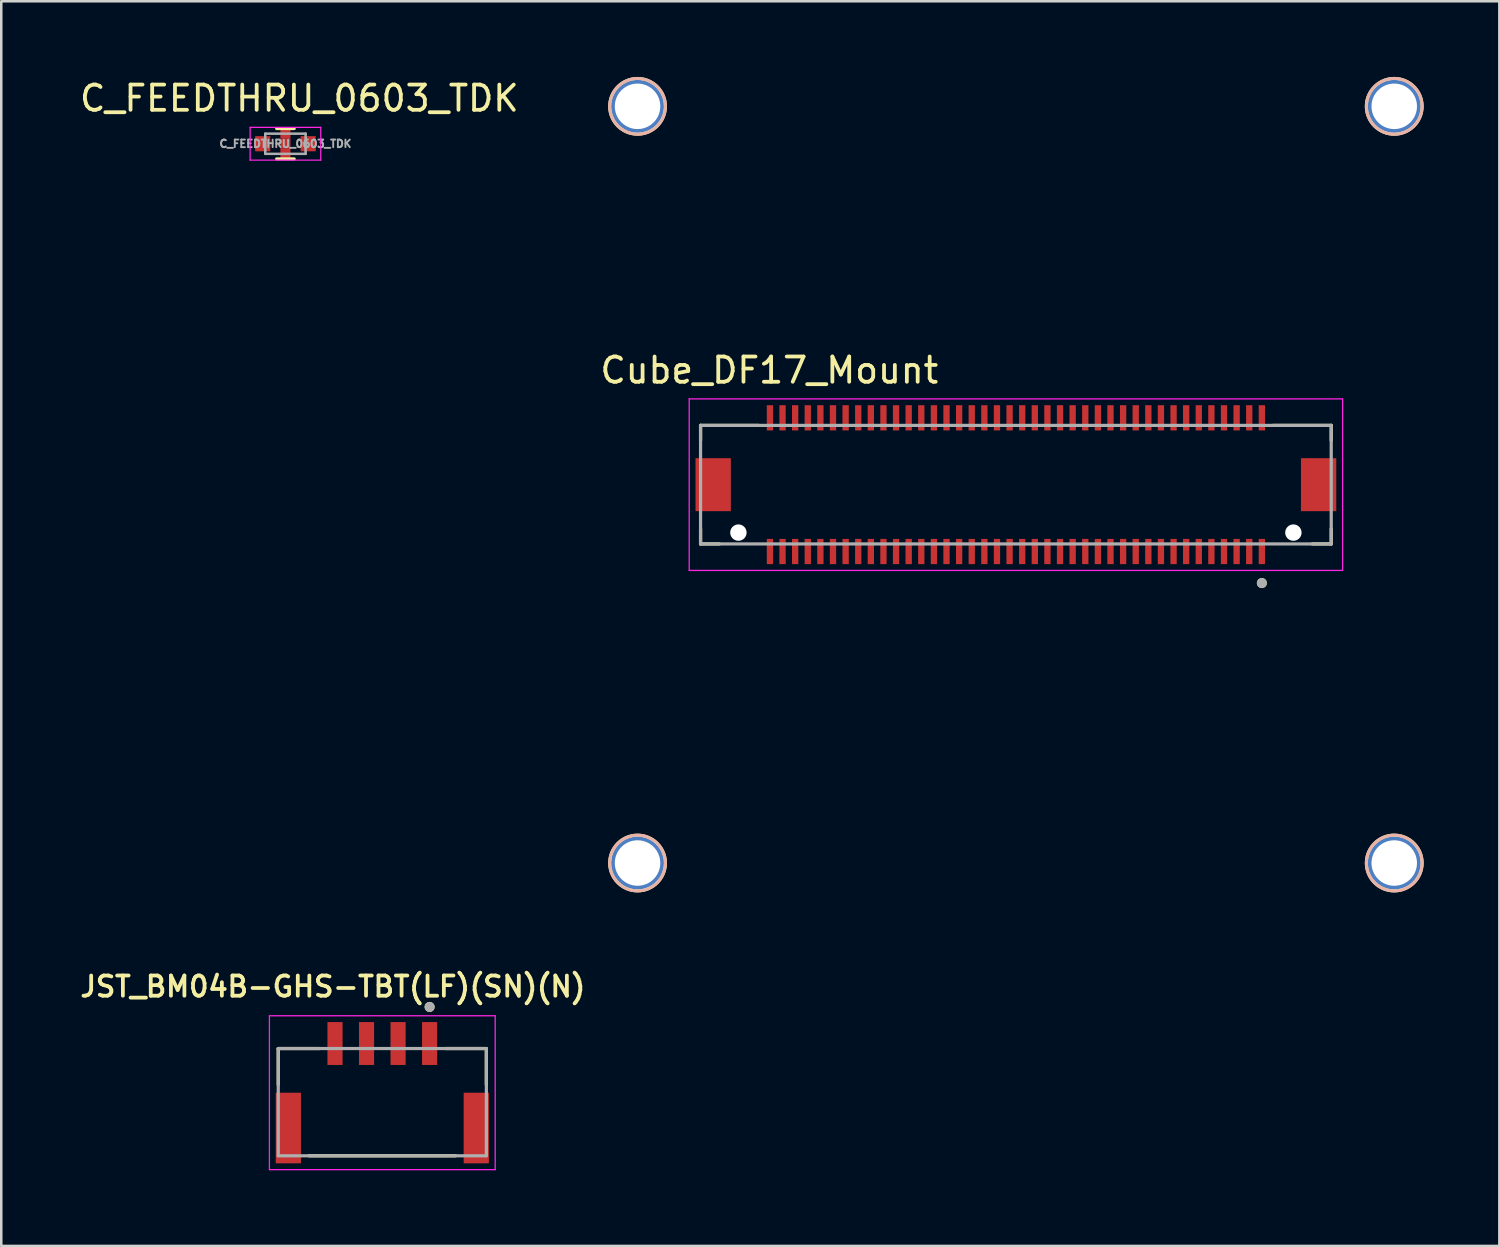
<source format=kicad_pcb>
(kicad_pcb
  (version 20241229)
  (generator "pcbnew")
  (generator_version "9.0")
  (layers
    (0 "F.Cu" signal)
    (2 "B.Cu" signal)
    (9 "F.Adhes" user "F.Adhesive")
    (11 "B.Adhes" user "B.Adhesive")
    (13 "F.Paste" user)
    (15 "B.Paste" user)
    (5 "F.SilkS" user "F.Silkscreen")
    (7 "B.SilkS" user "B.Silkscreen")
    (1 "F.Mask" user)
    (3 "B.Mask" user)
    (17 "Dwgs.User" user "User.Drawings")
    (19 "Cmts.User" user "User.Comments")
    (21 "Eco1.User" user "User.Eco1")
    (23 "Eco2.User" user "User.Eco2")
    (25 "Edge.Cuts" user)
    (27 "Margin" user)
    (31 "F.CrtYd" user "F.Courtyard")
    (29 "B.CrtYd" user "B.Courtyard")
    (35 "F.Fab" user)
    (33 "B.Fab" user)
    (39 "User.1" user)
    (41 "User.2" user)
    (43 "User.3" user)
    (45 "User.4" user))
  (footprint "C_FEEDTHRU_0603_TDK"
    (layer "F.Cu")
    (at 8.265 2.648)
    (property "Reference" "C_FEEDTHRU_0603_TDK" (at 0.55 -1.8 0) (layer "F.SilkS") (effects (font (size 1 1) (thickness 0.15))))
    (attr smd)
    (fp_line (start -0.35 -0.6) (end 0.35 -0.6) (stroke (width 0.12) (type solid)) (layer "F.SilkS"))
    (fp_line (start 0.35 0.6) (end -0.35 0.6) (stroke (width 0.12) (type solid)) (layer "F.SilkS"))
    (fp_line (start -1.4 -0.65) (end -1.4 0.65) (stroke (width 0.05) (type solid)) (layer "F.CrtYd"))
    (fp_line (start -1.4 -0.65) (end 1.4 -0.65) (stroke (width 0.05) (type solid)) (layer "F.CrtYd"))
    (fp_line (start 1.4 0.65) (end -1.4 0.65) (stroke (width 0.05) (type solid)) (layer "F.CrtYd"))
    (fp_line (start 1.4 0.65) (end 1.4 -0.65) (stroke (width 0.05) (type solid)) (layer "F.CrtYd"))
    (fp_line (start -0.8 -0.4) (end 0.8 -0.4) (stroke (width 0.1) (type solid)) (layer "F.Fab"))
    (fp_line (start -0.8 0.4) (end -0.8 -0.4) (stroke (width 0.1) (type solid)) (layer "F.Fab"))
    (fp_line (start 0.8 -0.4) (end 0.8 0.4) (stroke (width 0.1) (type solid)) (layer "F.Fab"))
    (fp_line (start 0.8 0.4) (end -0.8 0.4) (stroke (width 0.1) (type solid)) (layer "F.Fab"))
    (fp_text user "${REFERENCE}" (at 0 0 0) (layer "F.Fab") (effects (font (size 0.3 0.3) (thickness 0.075))))
    (pad "1" smd rect (at -0.8 0) (size 0.6 0.6) (drill (offset -0.1 0)) (layers "F.Cu" "F.Mask" "F.Paste"))
    (pad "2" smd rect (at 0.8 0) (size 0.6 0.6) (drill (offset 0.1 0)) (layers "F.Cu" "F.Mask" "F.Paste"))
    (pad "3" smd rect (at 0 -0.4) (size 0.4 0.4) (layers "F.Cu" "F.Mask" "F.Paste"))
    (pad "3" smd rect (at 0 0) (size 0.4 0.4) (layers "F.Cu"))
    (pad "3" smd rect (at 0 0.4) (size 0.4 0.4) (layers "F.Cu" "F.Mask" "F.Paste")))
  (footprint "Cube_DF17_Mount"
    (layer "F.Cu")
    (at 37.221 16.163)
    (property "Reference" "Cube_DF17_Mount" (at -9.775 -4.535 0) (layer "F.SilkS") (effects (font (size 1 1) (thickness 0.15))))
    (attr through_hole)
    (fp_line (start -12.5 -2.35) (end -12.5 -1.75) (stroke (width 0.127) (type solid)) (layer "F.SilkS"))
    (fp_line (start -12.5 2.35) (end -12.5 1.75) (stroke (width 0.127) (type solid)) (layer "F.SilkS"))
    (fp_line (start -12.5 2.35) (end -11.75 2.35) (stroke (width 0.127) (type solid)) (layer "F.SilkS"))
    (fp_line (start -10.195 -2.35) (end -12.5 -2.35) (stroke (width 0.127) (type solid)) (layer "F.SilkS"))
    (fp_line (start 11.75 2.35) (end 12.5 2.35) (stroke (width 0.127) (type solid)) (layer "F.SilkS"))
    (fp_line (start 12.5 -2.35) (end 10.195 -2.35) (stroke (width 0.127) (type solid)) (layer "F.SilkS"))
    (fp_line (start 12.5 -2.35) (end 12.5 -1.75) (stroke (width 0.127) (type solid)) (layer "F.SilkS"))
    (fp_line (start 12.5 2.35) (end 12.5 1.75) (stroke (width 0.127) (type solid)) (layer "F.SilkS"))
    (fp_circle (center -14.998 -14.998) (end -13.893 -14.998) (stroke (width 0.12) (type solid)) (fill no) (layer "F.SilkS"))
    (fp_circle (center -14.998 14.998) (end -13.893 14.998) (stroke (width 0.12) (type solid)) (fill no) (layer "F.SilkS"))
    (fp_circle (center 9.75 3.9) (end 9.85 3.9) (stroke (width 0.2) (type solid)) (fill no) (layer "F.SilkS"))
    (fp_circle (center 14.998 -14.998) (end 16.104 -14.998) (stroke (width 0.12) (type solid)) (fill no) (layer "F.SilkS"))
    (fp_circle (center 14.998 14.998) (end 16.104 14.998) (stroke (width 0.12) (type solid)) (fill no) (layer "F.SilkS"))
    (fp_circle (center -14.998 -14.998) (end -13.893 -14.998) (stroke (width 0.12) (type solid)) (fill no) (layer "B.SilkS"))
    (fp_circle (center -14.998 14.998) (end -13.893 14.998) (stroke (width 0.12) (type solid)) (fill no) (layer "B.SilkS"))
    (fp_circle (center 14.998 -14.998) (end 16.104 -14.998) (stroke (width 0.12) (type solid)) (fill no) (layer "B.SilkS"))
    (fp_circle (center 14.998 14.998) (end 16.104 14.998) (stroke (width 0.12) (type solid)) (fill no) (layer "B.SilkS"))
    (fp_line (start -12.95 -3.4) (end -12.95 3.4) (stroke (width 0.05) (type solid)) (layer "F.CrtYd"))
    (fp_line (start -12.95 3.4) (end 12.95 3.4) (stroke (width 0.05) (type solid)) (layer "F.CrtYd"))
    (fp_line (start 12.95 -3.4) (end -12.95 -3.4) (stroke (width 0.05) (type solid)) (layer "F.CrtYd"))
    (fp_line (start 12.95 3.4) (end 12.95 -3.4) (stroke (width 0.05) (type solid)) (layer "F.CrtYd"))
    (fp_line (start -12.5 -2.35) (end -12.5 2.35) (stroke (width 0.127) (type solid)) (layer "F.Fab"))
    (fp_line (start -12.5 2.35) (end 12.5 2.35) (stroke (width 0.127) (type solid)) (layer "F.Fab"))
    (fp_line (start 12.5 -2.35) (end -12.5 -2.35) (stroke (width 0.127) (type solid)) (layer "F.Fab"))
    (fp_line (start 12.5 2.35) (end 12.5 -2.35) (stroke (width 0.127) (type solid)) (layer "F.Fab"))
    (fp_circle (center 9.75 3.9) (end 9.85 3.9) (stroke (width 0.2) (type solid)) (fill no) (layer "F.Fab"))
    (pad "" np_thru_hole circle (at -11 1.9) (size 0.65 0.65) (drill 0.65) (layers "*.Cu" "*.Mask"))
    (pad "" np_thru_hole circle (at 11 1.9) (size 0.65 0.65) (drill 0.65) (layers "*.Cu" "*.Mask"))
    (pad "1" smd rect (at 9.75 2.65) (size 0.25 1) (layers "F.Cu" "F.Mask" "F.Paste"))
    (pad "2" smd rect (at 9.75 -2.65) (size 0.25 1) (layers "F.Cu" "F.Mask" "F.Paste"))
    (pad "3" smd rect (at 9.25 2.65) (size 0.25 1) (layers "F.Cu" "F.Mask" "F.Paste"))
    (pad "4" smd rect (at 9.25 -2.65) (size 0.25 1) (layers "F.Cu" "F.Mask" "F.Paste"))
    (pad "5" smd rect (at 8.75 2.65) (size 0.25 1) (layers "F.Cu" "F.Mask" "F.Paste"))
    (pad "6" smd rect (at 8.75 -2.65) (size 0.25 1) (layers "F.Cu" "F.Mask" "F.Paste"))
    (pad "7" smd rect (at 8.25 2.65) (size 0.25 1) (layers "F.Cu" "F.Mask" "F.Paste"))
    (pad "8" smd rect (at 8.25 -2.65) (size 0.25 1) (layers "F.Cu" "F.Mask" "F.Paste"))
    (pad "9" smd rect (at 7.75 2.65) (size 0.25 1) (layers "F.Cu" "F.Mask" "F.Paste"))
    (pad "10" smd rect (at 7.75 -2.65) (size 0.25 1) (layers "F.Cu" "F.Mask" "F.Paste"))
    (pad "11" smd rect (at 7.25 2.65) (size 0.25 1) (layers "F.Cu" "F.Mask" "F.Paste"))
    (pad "12" smd rect (at 7.25 -2.65) (size 0.25 1) (layers "F.Cu" "F.Mask" "F.Paste"))
    (pad "13" smd rect (at 6.75 2.65) (size 0.25 1) (layers "F.Cu" "F.Mask" "F.Paste"))
    (pad "14" smd rect (at 6.75 -2.65) (size 0.25 1) (layers "F.Cu" "F.Mask" "F.Paste"))
    (pad "15" smd rect (at 6.25 2.65) (size 0.25 1) (layers "F.Cu" "F.Mask" "F.Paste"))
    (pad "16" smd rect (at 6.25 -2.65) (size 0.25 1) (layers "F.Cu" "F.Mask" "F.Paste"))
    (pad "17" smd rect (at 5.75 2.65) (size 0.25 1) (layers "F.Cu" "F.Mask" "F.Paste"))
    (pad "18" smd rect (at 5.75 -2.65) (size 0.25 1) (layers "F.Cu" "F.Mask" "F.Paste"))
    (pad "19" smd rect (at 5.25 2.65) (size 0.25 1) (layers "F.Cu" "F.Mask" "F.Paste"))
    (pad "20" smd rect (at 5.25 -2.65) (size 0.25 1) (layers "F.Cu" "F.Mask" "F.Paste"))
    (pad "21" smd rect (at 4.75 2.65) (size 0.25 1) (layers "F.Cu" "F.Mask" "F.Paste"))
    (pad "22" smd rect (at 4.75 -2.65) (size 0.25 1) (layers "F.Cu" "F.Mask" "F.Paste"))
    (pad "23" smd rect (at 4.25 2.65) (size 0.25 1) (layers "F.Cu" "F.Mask" "F.Paste"))
    (pad "24" smd rect (at 4.25 -2.65) (size 0.25 1) (layers "F.Cu" "F.Mask" "F.Paste"))
    (pad "25" smd rect (at 3.75 2.65) (size 0.25 1) (layers "F.Cu" "F.Mask" "F.Paste"))
    (pad "26" smd rect (at 3.75 -2.65) (size 0.25 1) (layers "F.Cu" "F.Mask" "F.Paste"))
    (pad "27" smd rect (at 3.25 2.65) (size 0.25 1) (layers "F.Cu" "F.Mask" "F.Paste"))
    (pad "28" smd rect (at 3.25 -2.65) (size 0.25 1) (layers "F.Cu" "F.Mask" "F.Paste"))
    (pad "29" smd rect (at 2.75 2.65) (size 0.25 1) (layers "F.Cu" "F.Mask" "F.Paste"))
    (pad "30" smd rect (at 2.75 -2.65) (size 0.25 1) (layers "F.Cu" "F.Mask" "F.Paste"))
    (pad "31" smd rect (at 2.25 2.65) (size 0.25 1) (layers "F.Cu" "F.Mask" "F.Paste"))
    (pad "32" smd rect (at 2.25 -2.65) (size 0.25 1) (layers "F.Cu" "F.Mask" "F.Paste"))
    (pad "33" smd rect (at 1.75 2.65) (size 0.25 1) (layers "F.Cu" "F.Mask" "F.Paste"))
    (pad "34" smd rect (at 1.75 -2.65) (size 0.25 1) (layers "F.Cu" "F.Mask" "F.Paste"))
    (pad "35" smd rect (at 1.25 2.65) (size 0.25 1) (layers "F.Cu" "F.Mask" "F.Paste"))
    (pad "36" smd rect (at 1.25 -2.65) (size 0.25 1) (layers "F.Cu" "F.Mask" "F.Paste"))
    (pad "37" smd rect (at 0.75 2.65) (size 0.25 1) (layers "F.Cu" "F.Mask" "F.Paste"))
    (pad "38" smd rect (at 0.75 -2.65) (size 0.25 1) (layers "F.Cu" "F.Mask" "F.Paste"))
    (pad "39" smd rect (at 0.25 2.65) (size 0.25 1) (layers "F.Cu" "F.Mask" "F.Paste"))
    (pad "40" smd rect (at 0.25 -2.65) (size 0.25 1) (layers "F.Cu" "F.Mask" "F.Paste"))
    (pad "41" smd rect (at -0.25 2.65) (size 0.25 1) (layers "F.Cu" "F.Mask" "F.Paste"))
    (pad "42" smd rect (at -0.25 -2.65) (size 0.25 1) (layers "F.Cu" "F.Mask" "F.Paste"))
    (pad "43" smd rect (at -0.75 2.65) (size 0.25 1) (layers "F.Cu" "F.Mask" "F.Paste"))
    (pad "44" smd rect (at -0.75 -2.65) (size 0.25 1) (layers "F.Cu" "F.Mask" "F.Paste"))
    (pad "45" smd rect (at -1.25 2.65) (size 0.25 1) (layers "F.Cu" "F.Mask" "F.Paste"))
    (pad "46" smd rect (at -1.25 -2.65) (size 0.25 1) (layers "F.Cu" "F.Mask" "F.Paste"))
    (pad "47" smd rect (at -1.75 2.65) (size 0.25 1) (layers "F.Cu" "F.Mask" "F.Paste"))
    (pad "48" smd rect (at -1.75 -2.65) (size 0.25 1) (layers "F.Cu" "F.Mask" "F.Paste"))
    (pad "49" smd rect (at -2.25 2.65) (size 0.25 1) (layers "F.Cu" "F.Mask" "F.Paste"))
    (pad "50" smd rect (at -2.25 -2.65) (size 0.25 1) (layers "F.Cu" "F.Mask" "F.Paste"))
    (pad "51" smd rect (at -2.75 2.65) (size 0.25 1) (layers "F.Cu" "F.Mask" "F.Paste"))
    (pad "52" smd rect (at -2.75 -2.65) (size 0.25 1) (layers "F.Cu" "F.Mask" "F.Paste"))
    (pad "53" smd rect (at -3.25 2.65) (size 0.25 1) (layers "F.Cu" "F.Mask" "F.Paste"))
    (pad "54" smd rect (at -3.25 -2.65) (size 0.25 1) (layers "F.Cu" "F.Mask" "F.Paste"))
    (pad "55" smd rect (at -3.75 2.65) (size 0.25 1) (layers "F.Cu" "F.Mask" "F.Paste"))
    (pad "56" smd rect (at -3.75 -2.65) (size 0.25 1) (layers "F.Cu" "F.Mask" "F.Paste"))
    (pad "57" smd rect (at -4.25 2.65) (size 0.25 1) (layers "F.Cu" "F.Mask" "F.Paste"))
    (pad "58" smd rect (at -4.25 -2.65) (size 0.25 1) (layers "F.Cu" "F.Mask" "F.Paste"))
    (pad "59" smd rect (at -4.75 2.65) (size 0.25 1) (layers "F.Cu" "F.Mask" "F.Paste"))
    (pad "60" smd rect (at -4.75 -2.65) (size 0.25 1) (layers "F.Cu" "F.Mask" "F.Paste"))
    (pad "61" smd rect (at -5.25 2.65) (size 0.25 1) (layers "F.Cu" "F.Mask" "F.Paste"))
    (pad "62" smd rect (at -5.25 -2.65) (size 0.25 1) (layers "F.Cu" "F.Mask" "F.Paste"))
    (pad "63" smd rect (at -5.75 2.65) (size 0.25 1) (layers "F.Cu" "F.Mask" "F.Paste"))
    (pad "64" smd rect (at -5.75 -2.65) (size 0.25 1) (layers "F.Cu" "F.Mask" "F.Paste"))
    (pad "65" smd rect (at -6.25 2.65) (size 0.25 1) (layers "F.Cu" "F.Mask" "F.Paste"))
    (pad "66" smd rect (at -6.25 -2.65) (size 0.25 1) (layers "F.Cu" "F.Mask" "F.Paste"))
    (pad "67" smd rect (at -6.75 2.65) (size 0.25 1) (layers "F.Cu" "F.Mask" "F.Paste"))
    (pad "68" smd rect (at -6.75 -2.65) (size 0.25 1) (layers "F.Cu" "F.Mask" "F.Paste"))
    (pad "69" smd rect (at -7.25 2.65) (size 0.25 1) (layers "F.Cu" "F.Mask" "F.Paste"))
    (pad "70" smd rect (at -7.25 -2.65) (size 0.25 1) (layers "F.Cu" "F.Mask" "F.Paste"))
    (pad "71" smd rect (at -7.75 2.65) (size 0.25 1) (layers "F.Cu" "F.Mask" "F.Paste"))
    (pad "72" smd rect (at -7.75 -2.65) (size 0.25 1) (layers "F.Cu" "F.Mask" "F.Paste"))
    (pad "73" smd rect (at -8.25 2.65) (size 0.25 1) (layers "F.Cu" "F.Mask" "F.Paste"))
    (pad "74" smd rect (at -8.25 -2.65) (size 0.25 1) (layers "F.Cu" "F.Mask" "F.Paste"))
    (pad "75" smd rect (at -8.75 2.65) (size 0.25 1) (layers "F.Cu" "F.Mask" "F.Paste"))
    (pad "76" smd rect (at -8.75 -2.65) (size 0.25 1) (layers "F.Cu" "F.Mask" "F.Paste"))
    (pad "77" smd rect (at -9.25 2.65) (size 0.25 1) (layers "F.Cu" "F.Mask" "F.Paste"))
    (pad "78" smd rect (at -9.25 -2.65) (size 0.25 1) (layers "F.Cu" "F.Mask" "F.Paste"))
    (pad "79" smd rect (at -9.75 2.65) (size 0.25 1) (layers "F.Cu" "F.Mask" "F.Paste"))
    (pad "80" smd rect (at -9.75 -2.65) (size 0.25 1) (layers "F.Cu" "F.Mask" "F.Paste"))
    (pad "81" thru_hole circle (at -14.998 -14.998) (size 2.21 2.21) (drill 1.803) (layers "*.Cu" "*.Mask"))
    (pad "81" thru_hole circle (at -14.998 14.998) (size 2.21 2.21) (drill 1.803) (layers "*.Cu" "*.Mask"))
    (pad "81" thru_hole circle (at 14.998 -14.998) (size 2.21 2.21) (drill 1.803) (layers "*.Cu" "*.Mask"))
    (pad "81" thru_hole circle (at 14.998 14.998) (size 2.21 2.21) (drill 1.803) (layers "*.Cu" "*.Mask"))
    (pad "S1" smd rect (at 12 0) (size 1.4 2.1) (layers "F.Cu" "F.Mask" "F.Paste"))
    (pad "S2" smd rect (at -12 0) (size 1.4 2.1) (layers "F.Cu" "F.Mask" "F.Paste"))
    (zone (net_name "") (layer "F.Cu") (hatch full 0.508) (connect_pads) (min_thickness 0.01) (filled_areas_thickness no) (keepout (tracks not_allowed) (vias not_allowed) (pads not_allowed) (copperpour not_allowed) (footprints allowed)) (placement (enabled no)) (fill) (polygon (pts (xy 25.921 14.014) (xy 48.521 14.014) (xy 48.521 18.314) (xy 25.921 18.314))))
    (zone (net_name "") (layers "F.Cu" "B.Cu") (hatch full 0.508) (connect_pads) (min_thickness 0.01) (filled_areas_thickness no) (keepout (tracks allowed) (vias not_allowed) (pads allowed) (copperpour allowed) (footprints allowed)) (placement (enabled no)) (fill) (polygon (pts (xy 25.921 14.014) (xy 48.521 14.014) (xy 48.521 18.314) (xy 25.921 18.314)))))
  (footprint "JST_BM04B-GHS-TBT(LF)(SN)(N)"
    (layer "F.Cu")
    (at 12.105 41.666)
    (property "Reference" "JST_BM04B-GHS-TBT(LF)(SN)(N)" (at -1.96 -5.608 0) (layer "F.SilkS") (effects (font (size 0.8 0.8) (thickness 0.15))))
    (attr through_hole)
    (fp_line (start -4.125 -3.15) (end -2.5 -3.15) (stroke (width 0.127) (type solid)) (layer "F.SilkS"))
    (fp_line (start -4.125 -1.72) (end -4.125 -3.15) (stroke (width 0.127) (type solid)) (layer "F.SilkS"))
    (fp_line (start -2.9 1.1) (end 2.9 1.1) (stroke (width 0.127) (type solid)) (layer "F.SilkS"))
    (fp_line (start 2.5 -3.15) (end 4.125 -3.15) (stroke (width 0.127) (type solid)) (layer "F.SilkS"))
    (fp_line (start 4.125 -1.72) (end 4.125 -3.15) (stroke (width 0.127) (type solid)) (layer "F.SilkS"))
    (fp_circle (center 1.875 -4.8) (end 1.975 -4.8) (stroke (width 0.2) (type solid)) (fill no) (layer "F.SilkS"))
    (fp_line (start -4.475 -4.45) (end 4.475 -4.45) (stroke (width 0.05) (type solid)) (layer "F.CrtYd"))
    (fp_line (start -4.475 1.65) (end -4.475 -4.45) (stroke (width 0.05) (type solid)) (layer "F.CrtYd"))
    (fp_line (start 4.475 -4.45) (end 4.475 1.65) (stroke (width 0.05) (type solid)) (layer "F.CrtYd"))
    (fp_line (start 4.475 1.65) (end -4.475 1.65) (stroke (width 0.05) (type solid)) (layer "F.CrtYd"))
    (fp_line (start -4.125 -3.15) (end 4.125 -3.15) (stroke (width 0.127) (type solid)) (layer "F.Fab"))
    (fp_line (start -4.125 1.1) (end -4.125 -3.15) (stroke (width 0.127) (type solid)) (layer "F.Fab"))
    (fp_line (start 4.125 -3.15) (end 4.125 1.1) (stroke (width 0.127) (type solid)) (layer "F.Fab"))
    (fp_line (start 4.125 1.1) (end -4.125 1.1) (stroke (width 0.127) (type solid)) (layer "F.Fab"))
    (fp_circle (center 1.875 -4.8) (end 1.975 -4.8) (stroke (width 0.2) (type solid)) (fill no) (layer "F.Fab"))
    (pad "1" smd rect (at 1.875 -3.35 90) (size 1.7 0.6) (layers "F.Cu" "F.Mask" "F.Paste"))
    (pad "2" smd rect (at 0.625 -3.35 90) (size 1.7 0.6) (layers "F.Cu" "F.Mask" "F.Paste"))
    (pad "3" smd rect (at -0.625 -3.35 90) (size 1.7 0.6) (layers "F.Cu" "F.Mask" "F.Paste"))
    (pad "4" smd rect (at -1.875 -3.35 90) (size 1.7 0.6) (layers "F.Cu" "F.Mask" "F.Paste"))
    (pad "S1" smd rect (at -3.725 0 270) (size 2.8 1) (layers "F.Cu" "F.Mask" "F.Paste"))
    (pad "S2" smd rect (at 3.725 0 270) (size 2.8 1) (layers "F.Cu" "F.Mask" "F.Paste")))
  (gr_rect
    (start -3 -3)
    (end 56.385 46.341)
    (stroke (width 0.1) (type default))
    (fill no)
    (layer "Edge.Cuts")))
</source>
